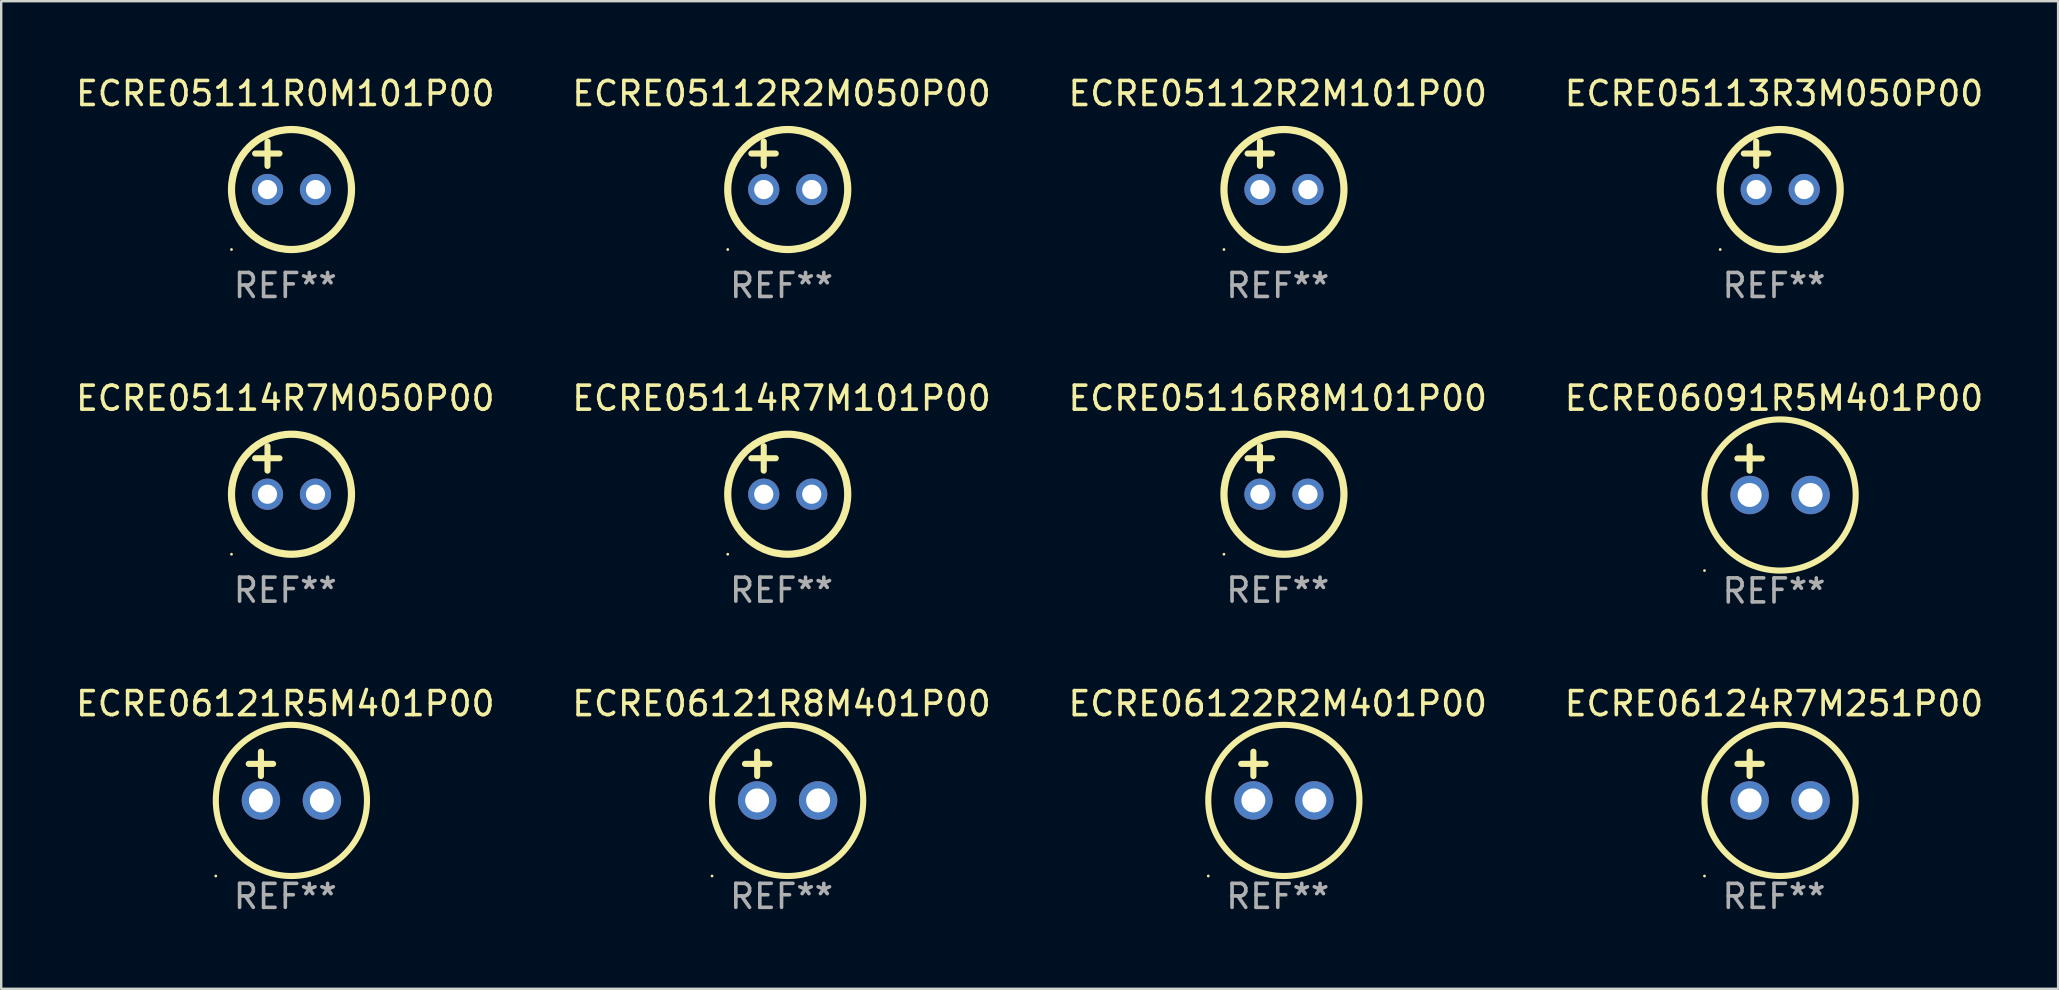
<source format=kicad_pcb>
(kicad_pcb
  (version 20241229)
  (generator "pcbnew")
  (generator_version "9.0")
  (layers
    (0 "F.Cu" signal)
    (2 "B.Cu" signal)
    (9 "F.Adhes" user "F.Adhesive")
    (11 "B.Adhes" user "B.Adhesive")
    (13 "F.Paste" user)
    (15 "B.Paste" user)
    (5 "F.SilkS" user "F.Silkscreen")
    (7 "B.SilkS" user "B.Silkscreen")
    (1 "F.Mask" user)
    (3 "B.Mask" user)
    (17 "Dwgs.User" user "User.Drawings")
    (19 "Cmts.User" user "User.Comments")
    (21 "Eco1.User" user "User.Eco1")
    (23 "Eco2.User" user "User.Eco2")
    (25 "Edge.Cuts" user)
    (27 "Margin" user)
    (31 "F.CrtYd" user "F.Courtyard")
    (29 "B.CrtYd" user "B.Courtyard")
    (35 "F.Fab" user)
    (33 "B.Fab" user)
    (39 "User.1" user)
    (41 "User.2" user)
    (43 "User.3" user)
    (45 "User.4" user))
  (footprint "ECRE05112R2M101P00"
    (layer "F.Cu")
    (at 50.196 3.848)
    (property "Reference" "ECRE05112R2M101P00" (at 0 -3 0) (layer "F.SilkS") (effects (font (size 1 1) (thickness 0.15))))
    (attr through_hole)
    (fp_line (start -1.258 -0.5) (end -0.242 -0.5) (stroke (width 0.254) (type solid)) (layer "F.SilkS"))
    (fp_line (start -0.742 -1) (end -0.742 0.016) (stroke (width 0.254) (type solid)) (layer "F.SilkS"))
    (fp_circle (center -2.242 3.5) (end -2.212 3.5) (stroke (width 0.06) (type solid)) (fill no) (layer "F.SilkS"))
    (fp_circle (center 0.258 1) (end 2.758 1) (stroke (width 0.3) (type solid)) (fill no) (layer "F.SilkS"))
    (fp_text user "REF**" (at 0 5 0) (layer "F.Fab") (effects (font (size 1 1) (thickness 0.15))))
    (pad "1" thru_hole circle (at -0.742 1) (size 1.3 1.3) (drill 0.8) (layers "*.Cu" "*.Mask"))
    (pad "2" thru_hole circle (at 1.258 1) (size 1.3 1.3) (drill 0.8) (layers "*.Cu" "*.Mask")))
  (footprint "ECRE05116R8M101P00"
    (layer "F.Cu")
    (at 50.196 16.545)
    (property "Reference" "ECRE05116R8M101P00" (at 0 -3 0) (layer "F.SilkS") (effects (font (size 1 1) (thickness 0.15))))
    (attr through_hole)
    (fp_line (start -1.258 -0.5) (end -0.242 -0.5) (stroke (width 0.254) (type solid)) (layer "F.SilkS"))
    (fp_line (start -0.742 -1) (end -0.742 0.016) (stroke (width 0.254) (type solid)) (layer "F.SilkS"))
    (fp_circle (center -2.242 3.5) (end -2.212 3.5) (stroke (width 0.06) (type solid)) (fill no) (layer "F.SilkS"))
    (fp_circle (center 0.258 1) (end 2.758 1) (stroke (width 0.3) (type solid)) (fill no) (layer "F.SilkS"))
    (fp_text user "REF**" (at 0 5 0) (layer "F.Fab") (effects (font (size 1 1) (thickness 0.15))))
    (pad "1" thru_hole circle (at -0.742 1) (size 1.3 1.3) (drill 0.8) (layers "*.Cu" "*.Mask"))
    (pad "2" thru_hole circle (at 1.258 1) (size 1.3 1.3) (drill 0.8) (layers "*.Cu" "*.Mask")))
  (footprint "ECRE05113R3M050P00"
    (layer "F.Cu")
    (at 70.875 3.848)
    (property "Reference" "ECRE05113R3M050P00" (at 0 -3 0) (layer "F.SilkS") (effects (font (size 1 1) (thickness 0.15))))
    (attr through_hole)
    (fp_line (start -1.258 -0.5) (end -0.242 -0.5) (stroke (width 0.254) (type solid)) (layer "F.SilkS"))
    (fp_line (start -0.742 -1) (end -0.742 0.016) (stroke (width 0.254) (type solid)) (layer "F.SilkS"))
    (fp_circle (center -2.242 3.5) (end -2.212 3.5) (stroke (width 0.06) (type solid)) (fill no) (layer "F.SilkS"))
    (fp_circle (center 0.258 1) (end 2.758 1) (stroke (width 0.3) (type solid)) (fill no) (layer "F.SilkS"))
    (fp_text user "REF**" (at 0 5 0) (layer "F.Fab") (effects (font (size 1 1) (thickness 0.15))))
    (pad "1" thru_hole circle (at -0.742 1) (size 1.3 1.3) (drill 0.8) (layers "*.Cu" "*.Mask"))
    (pad "2" thru_hole circle (at 1.258 1) (size 1.3 1.3) (drill 0.8) (layers "*.Cu" "*.Mask")))
  (footprint "ECRE06122R2M401P00"
    (layer "F.Cu")
    (at 50.196 29.289)
    (property "Reference" "ECRE06122R2M401P00" (at 0 -3.016 0) (layer "F.SilkS") (effects (font (size 1 1) (thickness 0.15))))
    (attr through_hole)
    (fp_line (start -1.524 -0.508) (end -0.508 -0.508) (stroke (width 0.254) (type solid)) (layer "F.SilkS"))
    (fp_line (start -1.016 -1.016) (end -1.016 0) (stroke (width 0.254) (type solid)) (layer "F.SilkS"))
    (fp_circle (center -2.896 4.166) (end -2.866 4.166) (stroke (width 0.06) (type solid)) (fill no) (layer "F.SilkS"))
    (fp_circle (center 0.254 1.016) (end 3.404 1.016) (stroke (width 0.254) (type solid)) (fill no) (layer "F.SilkS"))
    (fp_text user "REF**" (at 0 5.016 0) (layer "F.Fab") (effects (font (size 1 1) (thickness 0.15))))
    (pad "1" thru_hole circle (at -1.016 1.016) (size 1.6 1.6) (drill 1) (layers "*.Cu" "*.Mask"))
    (pad "2" thru_hole circle (at 1.524 1.016) (size 1.6 1.6) (drill 1) (layers "*.Cu" "*.Mask")))
  (footprint "ECRE05111R0M101P00"
    (layer "F.Cu")
    (at 8.839 3.848)
    (property "Reference" "ECRE05111R0M101P00" (at 0 -3 0) (layer "F.SilkS") (effects (font (size 1 1) (thickness 0.15))))
    (attr through_hole)
    (fp_line (start -1.258 -0.5) (end -0.242 -0.5) (stroke (width 0.254) (type solid)) (layer "F.SilkS"))
    (fp_line (start -0.742 -1) (end -0.742 0.016) (stroke (width 0.254) (type solid)) (layer "F.SilkS"))
    (fp_circle (center -2.242 3.5) (end -2.212 3.5) (stroke (width 0.06) (type solid)) (fill no) (layer "F.SilkS"))
    (fp_circle (center 0.258 1) (end 2.758 1) (stroke (width 0.3) (type solid)) (fill no) (layer "F.SilkS"))
    (fp_text user "REF**" (at 0 5 0) (layer "F.Fab") (effects (font (size 1 1) (thickness 0.15))))
    (pad "1" thru_hole circle (at -0.742 1) (size 1.3 1.3) (drill 0.8) (layers "*.Cu" "*.Mask"))
    (pad "2" thru_hole circle (at 1.258 1) (size 1.3 1.3) (drill 0.8) (layers "*.Cu" "*.Mask")))
  (footprint "ECRE05114R7M101P00"
    (layer "F.Cu")
    (at 29.518 16.545)
    (property "Reference" "ECRE05114R7M101P00" (at 0 -3 0) (layer "F.SilkS") (effects (font (size 1 1) (thickness 0.15))))
    (attr through_hole)
    (fp_line (start -1.258 -0.5) (end -0.242 -0.5) (stroke (width 0.254) (type solid)) (layer "F.SilkS"))
    (fp_line (start -0.742 -1) (end -0.742 0.016) (stroke (width 0.254) (type solid)) (layer "F.SilkS"))
    (fp_circle (center -2.242 3.5) (end -2.212 3.5) (stroke (width 0.06) (type solid)) (fill no) (layer "F.SilkS"))
    (fp_circle (center 0.258 1) (end 2.758 1) (stroke (width 0.3) (type solid)) (fill no) (layer "F.SilkS"))
    (fp_text user "REF**" (at 0 5 0) (layer "F.Fab") (effects (font (size 1 1) (thickness 0.15))))
    (pad "1" thru_hole circle (at -0.742 1) (size 1.3 1.3) (drill 0.8) (layers "*.Cu" "*.Mask"))
    (pad "2" thru_hole circle (at 1.258 1) (size 1.3 1.3) (drill 0.8) (layers "*.Cu" "*.Mask")))
  (footprint "ECRE06121R8M401P00"
    (layer "F.Cu")
    (at 29.518 29.289)
    (property "Reference" "ECRE06121R8M401P00" (at 0 -3.016 0) (layer "F.SilkS") (effects (font (size 1 1) (thickness 0.15))))
    (attr through_hole)
    (fp_line (start -1.524 -0.508) (end -0.508 -0.508) (stroke (width 0.254) (type solid)) (layer "F.SilkS"))
    (fp_line (start -1.016 -1.016) (end -1.016 0) (stroke (width 0.254) (type solid)) (layer "F.SilkS"))
    (fp_circle (center -2.896 4.166) (end -2.866 4.166) (stroke (width 0.06) (type solid)) (fill no) (layer "F.SilkS"))
    (fp_circle (center 0.254 1.016) (end 3.404 1.016) (stroke (width 0.254) (type solid)) (fill no) (layer "F.SilkS"))
    (fp_text user "REF**" (at 0 5.016 0) (layer "F.Fab") (effects (font (size 1 1) (thickness 0.15))))
    (pad "1" thru_hole circle (at -1.016 1.016) (size 1.6 1.6) (drill 1) (layers "*.Cu" "*.Mask"))
    (pad "2" thru_hole circle (at 1.524 1.016) (size 1.6 1.6) (drill 1) (layers "*.Cu" "*.Mask")))
  (footprint "ECRE06091R5M401P00"
    (layer "F.Cu")
    (at 70.875 16.561)
    (property "Reference" "ECRE06091R5M401P00" (at 0 -3.016 0) (layer "F.SilkS") (effects (font (size 1 1) (thickness 0.15))))
    (attr through_hole)
    (fp_line (start -1.524 -0.508) (end -0.508 -0.508) (stroke (width 0.254) (type solid)) (layer "F.SilkS"))
    (fp_line (start -1.016 -1.016) (end -1.016 0) (stroke (width 0.254) (type solid)) (layer "F.SilkS"))
    (fp_circle (center -2.896 4.166) (end -2.866 4.166) (stroke (width 0.06) (type solid)) (fill no) (layer "F.SilkS"))
    (fp_circle (center 0.254 1.016) (end 3.404 1.016) (stroke (width 0.254) (type solid)) (fill no) (layer "F.SilkS"))
    (fp_text user "REF**" (at 0 5.016 0) (layer "F.Fab") (effects (font (size 1 1) (thickness 0.15))))
    (pad "1" thru_hole circle (at -1.016 1.016) (size 1.6 1.6) (drill 1) (layers "*.Cu" "*.Mask"))
    (pad "2" thru_hole circle (at 1.524 1.016) (size 1.6 1.6) (drill 1) (layers "*.Cu" "*.Mask")))
  (footprint "ECRE05112R2M050P00"
    (layer "F.Cu")
    (at 29.518 3.848)
    (property "Reference" "ECRE05112R2M050P00" (at 0 -3 0) (layer "F.SilkS") (effects (font (size 1 1) (thickness 0.15))))
    (attr through_hole)
    (fp_line (start -1.258 -0.5) (end -0.242 -0.5) (stroke (width 0.254) (type solid)) (layer "F.SilkS"))
    (fp_line (start -0.742 -1) (end -0.742 0.016) (stroke (width 0.254) (type solid)) (layer "F.SilkS"))
    (fp_circle (center -2.242 3.5) (end -2.212 3.5) (stroke (width 0.06) (type solid)) (fill no) (layer "F.SilkS"))
    (fp_circle (center 0.258 1) (end 2.758 1) (stroke (width 0.3) (type solid)) (fill no) (layer "F.SilkS"))
    (fp_text user "REF**" (at 0 5 0) (layer "F.Fab") (effects (font (size 1 1) (thickness 0.15))))
    (pad "1" thru_hole circle (at -0.742 1) (size 1.3 1.3) (drill 0.8) (layers "*.Cu" "*.Mask"))
    (pad "2" thru_hole circle (at 1.258 1) (size 1.3 1.3) (drill 0.8) (layers "*.Cu" "*.Mask")))
  (footprint "ECRE06124R7M251P00"
    (layer "F.Cu")
    (at 70.875 29.289)
    (property "Reference" "ECRE06124R7M251P00" (at 0 -3.016 0) (layer "F.SilkS") (effects (font (size 1 1) (thickness 0.15))))
    (attr through_hole)
    (fp_line (start -1.524 -0.508) (end -0.508 -0.508) (stroke (width 0.254) (type solid)) (layer "F.SilkS"))
    (fp_line (start -1.016 -1.016) (end -1.016 0) (stroke (width 0.254) (type solid)) (layer "F.SilkS"))
    (fp_circle (center -2.896 4.166) (end -2.866 4.166) (stroke (width 0.06) (type solid)) (fill no) (layer "F.SilkS"))
    (fp_circle (center 0.254 1.016) (end 3.404 1.016) (stroke (width 0.254) (type solid)) (fill no) (layer "F.SilkS"))
    (fp_text user "REF**" (at 0 5.016 0) (layer "F.Fab") (effects (font (size 1 1) (thickness 0.15))))
    (pad "1" thru_hole circle (at -1.016 1.016) (size 1.6 1.6) (drill 1) (layers "*.Cu" "*.Mask"))
    (pad "2" thru_hole circle (at 1.524 1.016) (size 1.6 1.6) (drill 1) (layers "*.Cu" "*.Mask")))
  (footprint "ECRE06121R5M401P00"
    (layer "F.Cu")
    (at 8.839 29.289)
    (property "Reference" "ECRE06121R5M401P00" (at 0 -3.016 0) (layer "F.SilkS") (effects (font (size 1 1) (thickness 0.15))))
    (attr through_hole)
    (fp_line (start -1.524 -0.508) (end -0.508 -0.508) (stroke (width 0.254) (type solid)) (layer "F.SilkS"))
    (fp_line (start -1.016 -1.016) (end -1.016 0) (stroke (width 0.254) (type solid)) (layer "F.SilkS"))
    (fp_circle (center -2.896 4.166) (end -2.866 4.166) (stroke (width 0.06) (type solid)) (fill no) (layer "F.SilkS"))
    (fp_circle (center 0.254 1.016) (end 3.404 1.016) (stroke (width 0.254) (type solid)) (fill no) (layer "F.SilkS"))
    (fp_text user "REF**" (at 0 5.016 0) (layer "F.Fab") (effects (font (size 1 1) (thickness 0.15))))
    (pad "1" thru_hole circle (at -1.016 1.016) (size 1.6 1.6) (drill 1) (layers "*.Cu" "*.Mask"))
    (pad "2" thru_hole circle (at 1.524 1.016) (size 1.6 1.6) (drill 1) (layers "*.Cu" "*.Mask")))
  (footprint "ECRE05114R7M050P00"
    (layer "F.Cu")
    (at 8.839 16.545)
    (property "Reference" "ECRE05114R7M050P00" (at 0 -3 0) (layer "F.SilkS") (effects (font (size 1 1) (thickness 0.15))))
    (attr through_hole)
    (fp_line (start -1.258 -0.5) (end -0.242 -0.5) (stroke (width 0.254) (type solid)) (layer "F.SilkS"))
    (fp_line (start -0.742 -1) (end -0.742 0.016) (stroke (width 0.254) (type solid)) (layer "F.SilkS"))
    (fp_circle (center -2.242 3.5) (end -2.212 3.5) (stroke (width 0.06) (type solid)) (fill no) (layer "F.SilkS"))
    (fp_circle (center 0.258 1) (end 2.758 1) (stroke (width 0.3) (type solid)) (fill no) (layer "F.SilkS"))
    (fp_text user "REF**" (at 0 5 0) (layer "F.Fab") (effects (font (size 1 1) (thickness 0.15))))
    (pad "1" thru_hole circle (at -0.742 1) (size 1.3 1.3) (drill 0.8) (layers "*.Cu" "*.Mask"))
    (pad "2" thru_hole circle (at 1.258 1) (size 1.3 1.3) (drill 0.8) (layers "*.Cu" "*.Mask")))
  (gr_rect
    (start -3 -3)
    (end 82.714 38.154)
    (stroke (width 0.1) (type default))
    (fill no)
    (layer "Edge.Cuts")))
</source>
